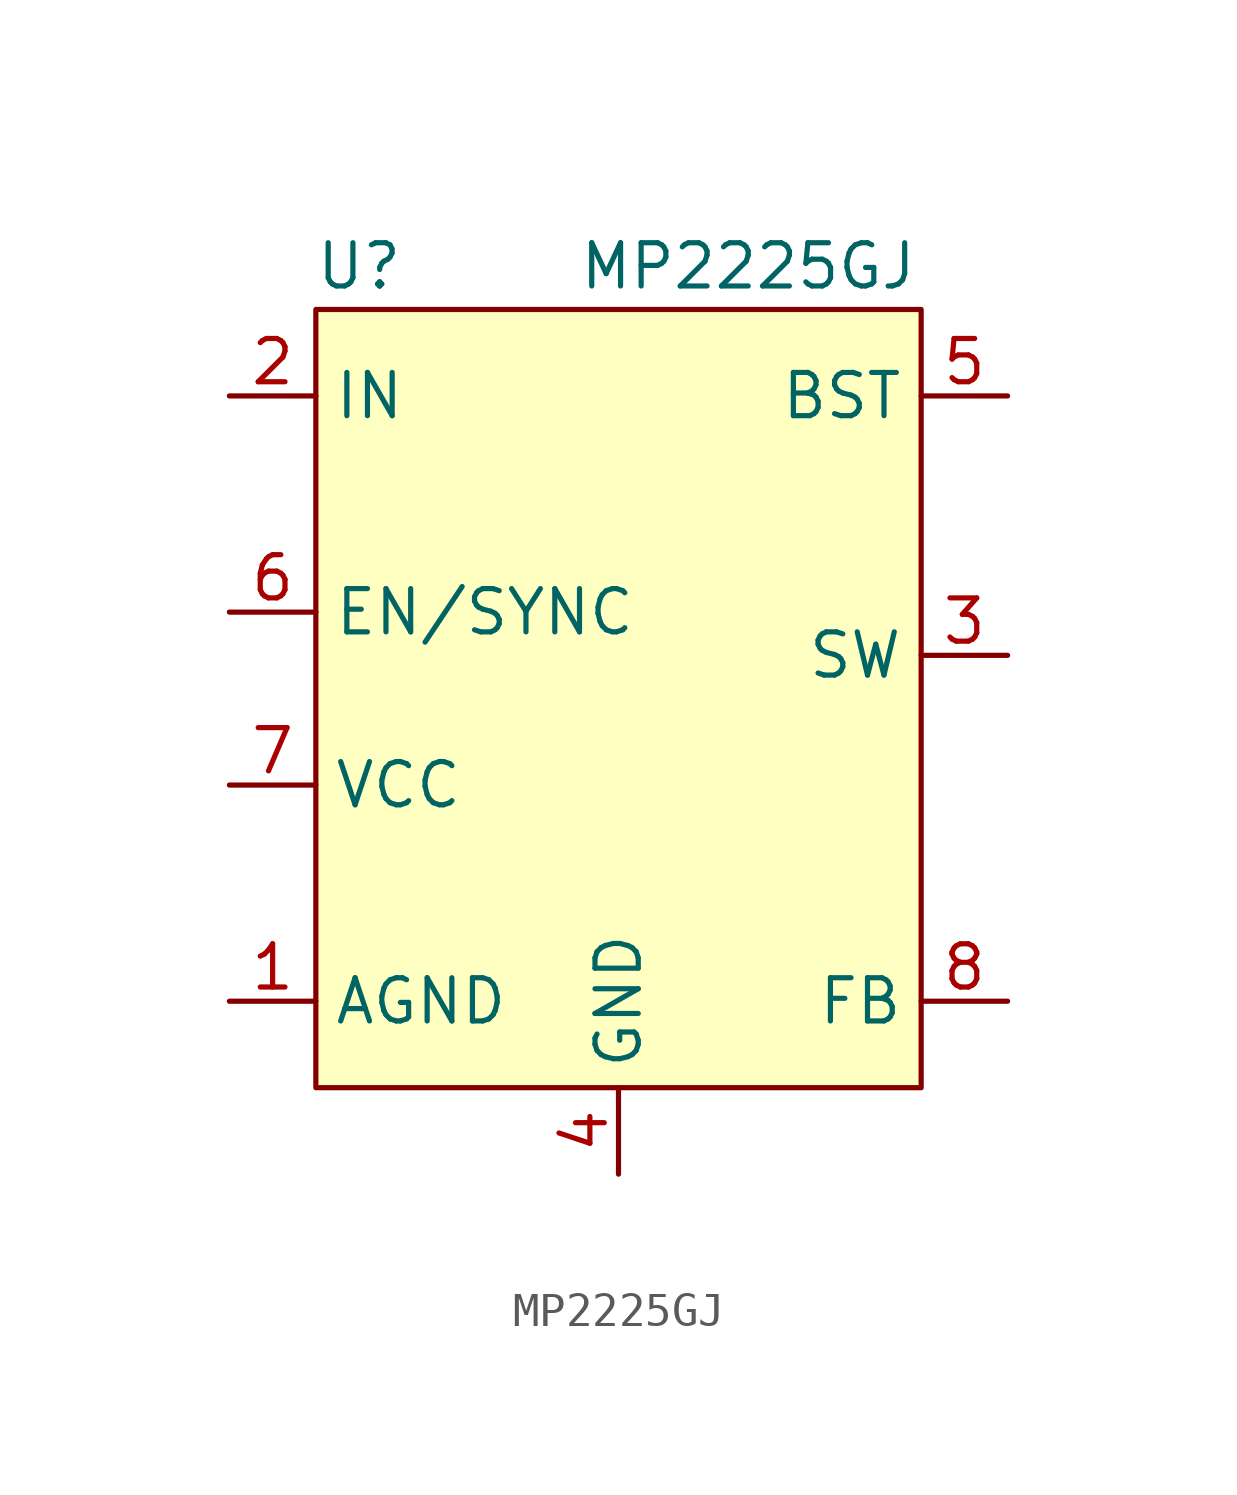
<source format=kicad_sym>
(kicad_symbol_lib
  (version 20220914)
  (generator kicad_symbol_editor)
  (symbol "MP2225GJ"
    (property "Reference" "U"
      (at -7.62 11.43 0)
      (effects (font (size 1.27 1.27))))
    (property "Value" "MP2225GJ"
      (at 3.81 11.43 0)
      (effects (font (size 1.27 1.27))))
    (symbol "MP2225GJ_0_0"
      (pin power_in line (at -11.43 -10.16 0) (length 2.54) (name "AGND" (effects (font (size 1.27 1.27)))) (number "1" (effects (font (size 1.27 1.27)))))
      (pin power_in line (at -11.43 7.62 0) (length 2.54) (name "IN" (effects (font (size 1.27 1.27)))) (number "2" (effects (font (size 1.27 1.27)))))
      (pin output line (at 11.43 0 180) (length 2.54) (name "SW" (effects (font (size 1.27 1.27)))) (number "3" (effects (font (size 1.27 1.27)))))
      (pin passive line (at 11.43 7.62 180) (length 2.54) (name "BST" (effects (font (size 1.27 1.27)))) (number "5" (effects (font (size 1.27 1.27)))))
      (pin input line (at -11.43 1.27 0) (length 2.54) (name "EN/SYNC" (effects (font (size 1.27 1.27)))) (number "6" (effects (font (size 1.27 1.27)))))
      (pin passive line (at -11.43 -3.81 0) (length 2.54) (name "VCC" (effects (font (size 1.27 1.27)))) (number "7" (effects (font (size 1.27 1.27)))))
      (pin input line (at 11.43 -10.16 180) (length 2.54) (name "FB" (effects (font (size 1.27 1.27)))) (number "8" (effects (font (size 1.27 1.27))))))
    (symbol "MP2225GJ_1_0"
      (pin power_in line (at 0 -15.24 90) (length 2.54) (name "GND" (effects (font (size 1.27 1.27)))) (number "4" (effects (font (size 1.27 1.27))))))
    (symbol "MP2225GJ_1_1"
      (rectangle (start -8.89 10.16) (end 8.89 -12.7) (stroke (width 0) (type default)) (fill (type background))))))
</source>
